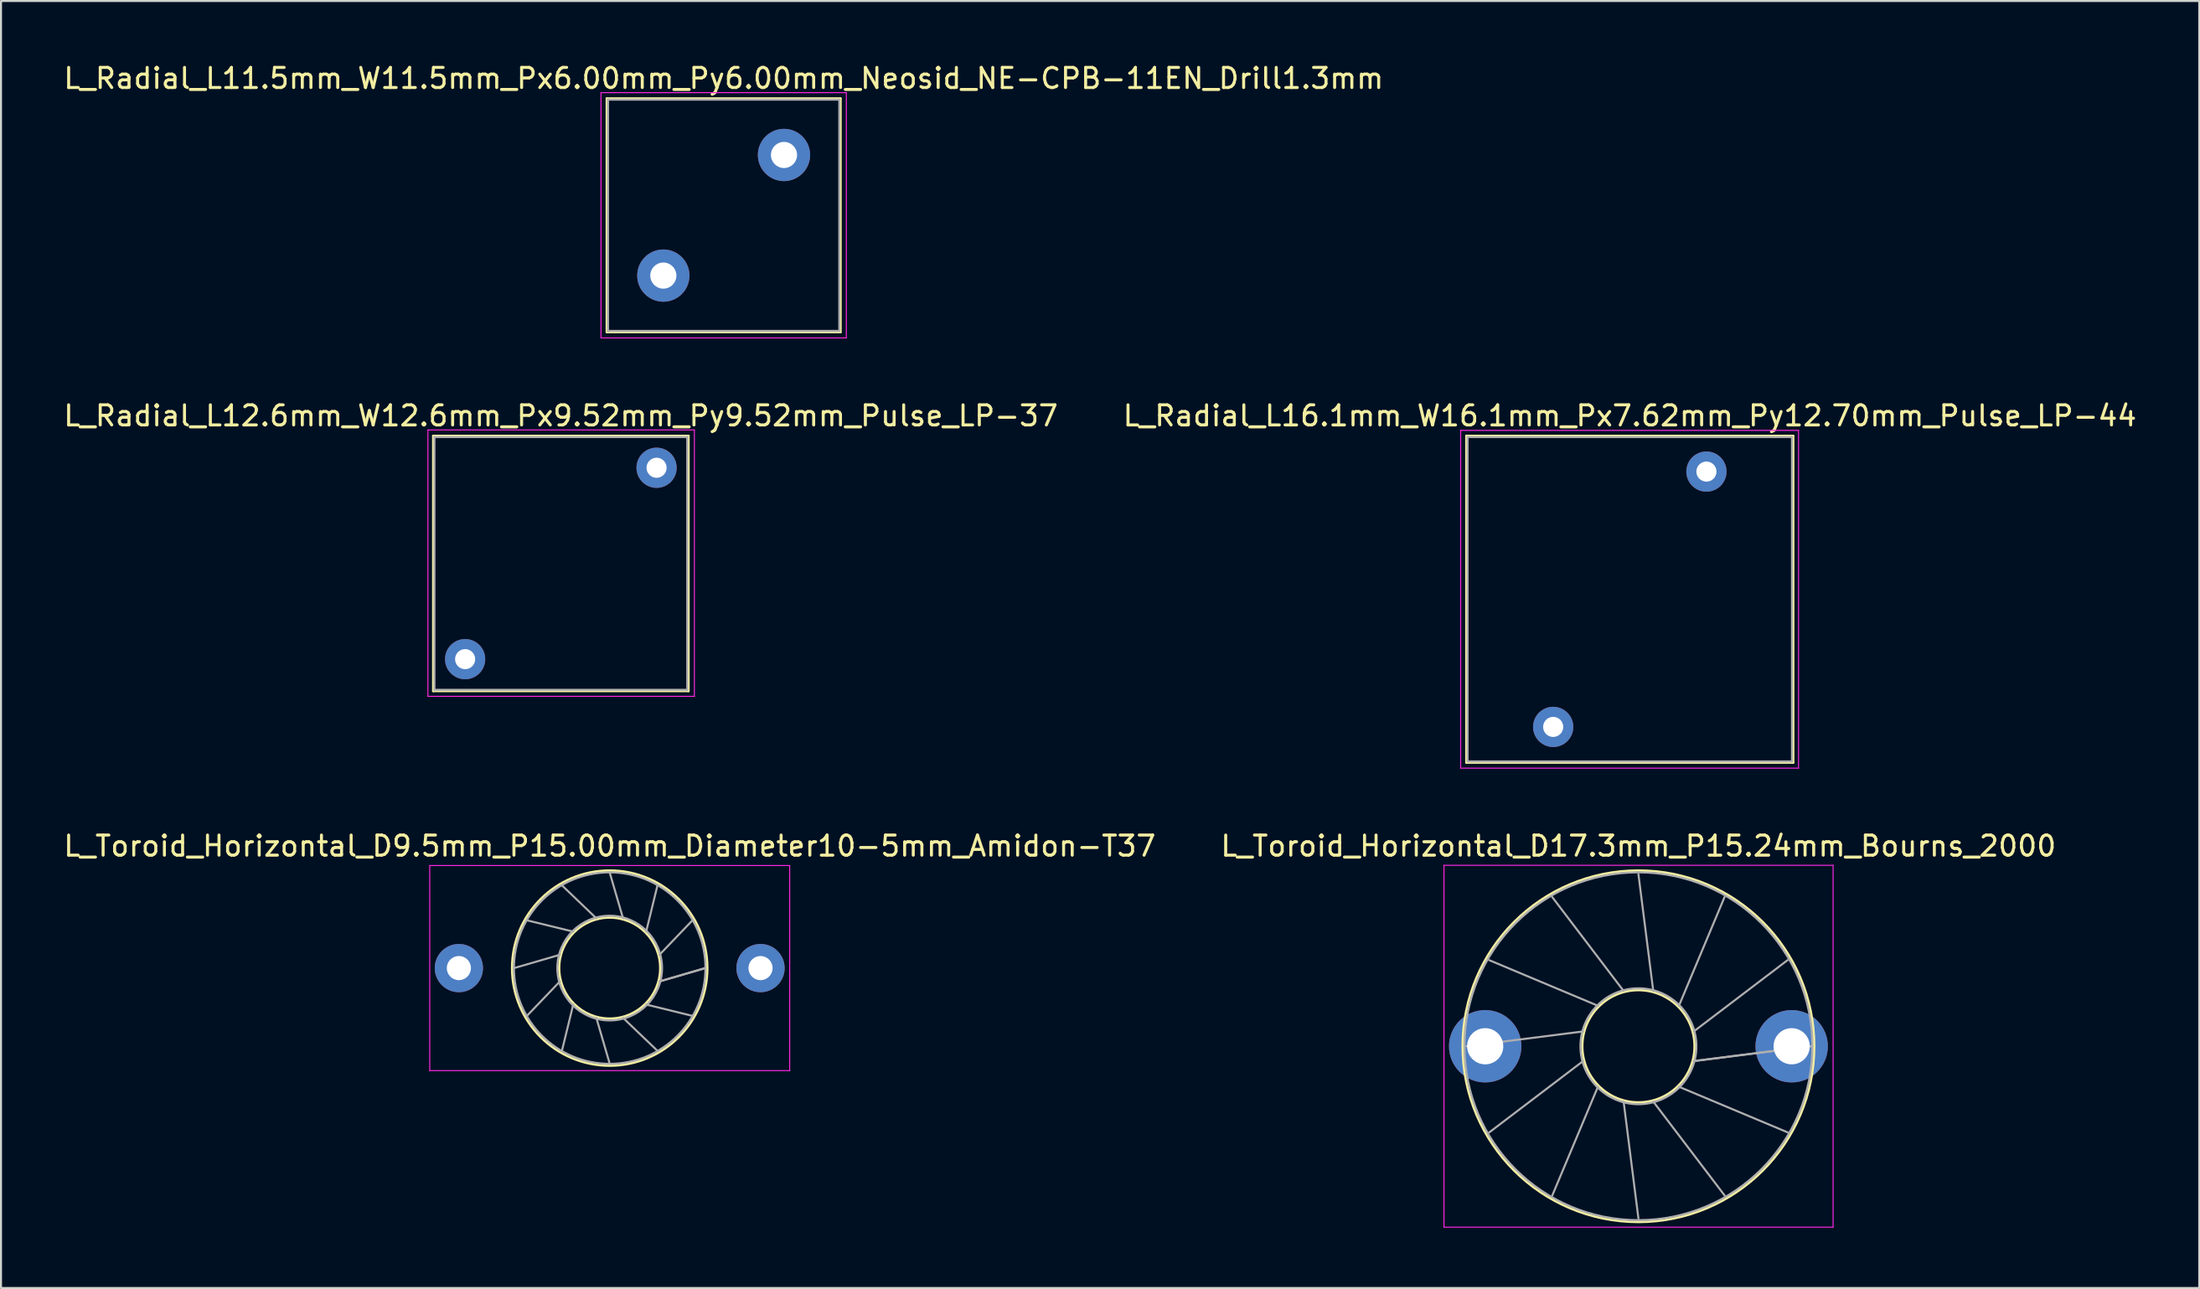
<source format=kicad_pcb>
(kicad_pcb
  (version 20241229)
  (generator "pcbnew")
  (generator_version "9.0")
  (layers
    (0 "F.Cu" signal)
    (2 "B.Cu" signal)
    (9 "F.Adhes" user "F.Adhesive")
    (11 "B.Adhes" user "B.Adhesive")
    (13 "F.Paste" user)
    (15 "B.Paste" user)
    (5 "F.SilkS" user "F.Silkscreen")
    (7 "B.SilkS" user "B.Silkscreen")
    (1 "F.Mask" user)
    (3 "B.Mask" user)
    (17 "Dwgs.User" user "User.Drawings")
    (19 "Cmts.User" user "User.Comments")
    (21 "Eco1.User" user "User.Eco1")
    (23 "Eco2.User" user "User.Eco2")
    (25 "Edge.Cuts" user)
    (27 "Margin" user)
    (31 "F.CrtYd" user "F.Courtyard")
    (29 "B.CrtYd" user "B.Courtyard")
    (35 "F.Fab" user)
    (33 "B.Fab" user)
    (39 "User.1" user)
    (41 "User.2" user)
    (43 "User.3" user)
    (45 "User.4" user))
  (footprint "L_Toroid_Horizontal_D9.5mm_P15.00mm_Diameter10-5mm_Amidon-T37"
    (layer "F.Cu")
    (at 19.768 45.102)
    (property "Reference" "L_Toroid_Horizontal_D9.5mm_P15.00mm_Diameter10-5mm_Amidon-T37" (at 7.5 -6.072 0) (layer "F.SilkS") (effects (font (size 1 1) (thickness 0.15))))
    (attr through_hole)
    (fp_circle (center 7.5 0) (end 10.014 0) (stroke (width 0.12) (type solid)) (fill no) (layer "F.SilkS"))
    (fp_circle (center 7.5 0) (end 12.352 0) (stroke (width 0.12) (type solid)) (fill no) (layer "F.SilkS"))
    (fp_line (start -1.45 -5.1) (end -1.45 5.1) (stroke (width 0.05) (type solid)) (layer "F.CrtYd"))
    (fp_line (start -1.45 5.1) (end 16.45 5.1) (stroke (width 0.05) (type solid)) (layer "F.CrtYd"))
    (fp_line (start 16.45 -5.1) (end -1.45 -5.1) (stroke (width 0.05) (type solid)) (layer "F.CrtYd"))
    (fp_line (start 16.45 5.1) (end 16.45 -5.1) (stroke (width 0.05) (type solid)) (layer "F.CrtYd"))
    (fp_line (start 2.745 0.000441) (end 5.024 -0.663) (stroke (width 0.1) (type solid)) (layer "F.Fab"))
    (fp_line (start 3.381 -2.377) (end 5.687 -1.813) (stroke (width 0.1) (type solid)) (layer "F.Fab"))
    (fp_line (start 3.382 2.378) (end 5.024 0.664) (stroke (width 0.1) (type solid)) (layer "F.Fab"))
    (fp_line (start 5.122 -4.118) (end 6.836 -2.476) (stroke (width 0.1) (type solid)) (layer "F.Fab"))
    (fp_line (start 5.123 4.118) (end 5.687 1.813) (stroke (width 0.1) (type solid)) (layer "F.Fab"))
    (fp_line (start 7.499 -4.755) (end 8.163 -2.477) (stroke (width 0.1) (type solid)) (layer "F.Fab"))
    (fp_line (start 7.5 4.755) (end 6.837 2.476) (stroke (width 0.1) (type solid)) (layer "F.Fab"))
    (fp_line (start 9.877 -4.119) (end 9.313 -1.813) (stroke (width 0.1) (type solid)) (layer "F.Fab"))
    (fp_line (start 9.878 4.118) (end 8.164 2.476) (stroke (width 0.1) (type solid)) (layer "F.Fab"))
    (fp_line (start 11.618 -2.378) (end 9.976 -0.664) (stroke (width 0.1) (type solid)) (layer "F.Fab"))
    (fp_line (start 11.618 2.378) (end 9.313 1.813) (stroke (width 0.1) (type solid)) (layer "F.Fab"))
    (fp_line (start 12.255 -0.001) (end 9.977 0.663) (stroke (width 0.1) (type solid)) (layer "F.Fab"))
    (fp_line (start 12.255 0) (end 9.976 0.664) (stroke (width 0.1) (type solid)) (layer "F.Fab"))
    (fp_circle (center 7.5 0) (end 10.104 0) (stroke (width 0.1) (type solid)) (fill no) (layer "F.Fab"))
    (fp_circle (center 7.5 0) (end 12.262 0) (stroke (width 0.1) (type solid)) (fill no) (layer "F.Fab"))
    (pad "1" thru_hole circle (at 0 0) (size 2.4 2.4) (drill 1.2) (layers "*.Cu" "*.Mask"))
    (pad "2" thru_hole circle (at 15 0) (size 2.4 2.4) (drill 1.2) (layers "*.Cu" "*.Mask")))
  (footprint "L_Radial_L16.1mm_W16.1mm_Px7.62mm_Py12.70mm_Pulse_LP-44"
    (layer "F.Cu")
    (at 74.184 33.106)
    (property "Reference" "L_Radial_L16.1mm_W16.1mm_Px7.62mm_Py12.70mm_Pulse_LP-44" (at 3.81 -15.475 0) (layer "F.SilkS") (effects (font (size 1 1) (thickness 0.15))))
    (attr through_hole)
    (fp_line (start -4.315 -14.475) (end -4.315 1.775) (stroke (width 0.12) (type solid)) (layer "F.SilkS"))
    (fp_line (start -4.315 -14.475) (end 11.935 -14.475) (stroke (width 0.12) (type solid)) (layer "F.SilkS"))
    (fp_line (start -4.315 1.775) (end 11.935 1.775) (stroke (width 0.12) (type solid)) (layer "F.SilkS"))
    (fp_line (start 11.935 -14.475) (end 11.935 1.775) (stroke (width 0.12) (type solid)) (layer "F.SilkS"))
    (fp_line (start -4.6 -14.75) (end -4.6 2.05) (stroke (width 0.05) (type solid)) (layer "F.CrtYd"))
    (fp_line (start -4.6 2.05) (end 12.2 2.05) (stroke (width 0.05) (type solid)) (layer "F.CrtYd"))
    (fp_line (start 12.2 -14.75) (end -4.6 -14.75) (stroke (width 0.05) (type solid)) (layer "F.CrtYd"))
    (fp_line (start 12.2 2.05) (end 12.2 -14.75) (stroke (width 0.05) (type solid)) (layer "F.CrtYd"))
    (fp_line (start -4.255 -14.415) (end -4.255 1.715) (stroke (width 0.1) (type solid)) (layer "F.Fab"))
    (fp_line (start -4.255 1.715) (end 11.875 1.715) (stroke (width 0.1) (type solid)) (layer "F.Fab"))
    (fp_line (start 11.875 -14.415) (end -4.255 -14.415) (stroke (width 0.1) (type solid)) (layer "F.Fab"))
    (fp_line (start 11.875 1.715) (end 11.875 -14.415) (stroke (width 0.1) (type solid)) (layer "F.Fab"))
    (pad "1" thru_hole circle (at 0 0) (size 2 2) (drill 1) (layers "*.Cu" "*.Mask"))
    (pad "2" thru_hole circle (at 7.62 -12.7) (size 2 2) (drill 1) (layers "*.Cu" "*.Mask")))
  (footprint "L_Radial_L12.6mm_W12.6mm_Px9.52mm_Py9.52mm_Pulse_LP-37"
    (layer "F.Cu")
    (at 20.079 29.736)
    (property "Reference" "L_Radial_L12.6mm_W12.6mm_Px9.52mm_Py9.52mm_Pulse_LP-37" (at 4.76 -12.105 0) (layer "F.SilkS") (effects (font (size 1 1) (thickness 0.15))))
    (attr through_hole)
    (fp_line (start -1.585 -11.105) (end -1.585 1.585) (stroke (width 0.12) (type solid)) (layer "F.SilkS"))
    (fp_line (start -1.585 -11.105) (end 11.105 -11.105) (stroke (width 0.12) (type solid)) (layer "F.SilkS"))
    (fp_line (start -1.585 1.585) (end 11.105 1.585) (stroke (width 0.12) (type solid)) (layer "F.SilkS"))
    (fp_line (start 11.105 -11.105) (end 11.105 1.585) (stroke (width 0.12) (type solid)) (layer "F.SilkS"))
    (fp_line (start -1.85 -11.4) (end -1.85 1.85) (stroke (width 0.05) (type solid)) (layer "F.CrtYd"))
    (fp_line (start -1.85 1.85) (end 11.4 1.85) (stroke (width 0.05) (type solid)) (layer "F.CrtYd"))
    (fp_line (start 11.4 -11.4) (end -1.85 -11.4) (stroke (width 0.05) (type solid)) (layer "F.CrtYd"))
    (fp_line (start 11.4 1.85) (end 11.4 -11.4) (stroke (width 0.05) (type solid)) (layer "F.CrtYd"))
    (fp_line (start -1.525 -11.045) (end -1.525 1.525) (stroke (width 0.1) (type solid)) (layer "F.Fab"))
    (fp_line (start -1.525 1.525) (end 11.045 1.525) (stroke (width 0.1) (type solid)) (layer "F.Fab"))
    (fp_line (start 11.045 -11.045) (end -1.525 -11.045) (stroke (width 0.1) (type solid)) (layer "F.Fab"))
    (fp_line (start 11.045 1.525) (end 11.045 -11.045) (stroke (width 0.1) (type solid)) (layer "F.Fab"))
    (pad "1" thru_hole circle (at 0 0) (size 2 2) (drill 1) (layers "*.Cu" "*.Mask"))
    (pad "2" thru_hole circle (at 9.52 -9.52) (size 2 2) (drill 1) (layers "*.Cu" "*.Mask")))
  (footprint "L_Toroid_Horizontal_D17.3mm_P15.24mm_Bourns_2000"
    (layer "F.Cu")
    (at 70.803 48.99)
    (property "Reference" "L_Toroid_Horizontal_D17.3mm_P15.24mm_Bourns_2000" (at 7.62 -9.96 0) (layer "F.SilkS") (effects (font (size 1 1) (thickness 0.15))))
    (attr through_hole)
    (fp_circle (center 7.62 0) (end 10.413 0) (stroke (width 0.12) (type solid)) (fill no) (layer "F.SilkS"))
    (fp_circle (center 7.62 0) (end 16.36 0) (stroke (width 0.12) (type solid)) (fill no) (layer "F.SilkS"))
    (fp_line (start -2.05 -9) (end -2.05 9) (stroke (width 0.05) (type solid)) (layer "F.CrtYd"))
    (fp_line (start -2.05 9) (end 17.3 9) (stroke (width 0.05) (type solid)) (layer "F.CrtYd"))
    (fp_line (start 17.3 -9) (end -2.05 -9) (stroke (width 0.05) (type solid)) (layer "F.CrtYd"))
    (fp_line (start 17.3 9) (end 17.3 -9) (stroke (width 0.05) (type solid)) (layer "F.CrtYd"))
    (fp_line (start -0.945 0.001) (end 4.868 -0.737) (stroke (width 0.1) (type solid)) (layer "F.Fab"))
    (fp_line (start 0.202 -4.282) (end 5.605 -2.014) (stroke (width 0.1) (type solid)) (layer "F.Fab"))
    (fp_line (start 0.203 4.283) (end 4.868 0.738) (stroke (width 0.1) (type solid)) (layer "F.Fab"))
    (fp_line (start 3.336 -7.417) (end 6.882 -2.752) (stroke (width 0.1) (type solid)) (layer "F.Fab"))
    (fp_line (start 3.338 7.418) (end 5.605 2.015) (stroke (width 0.1) (type solid)) (layer "F.Fab"))
    (fp_line (start 7.619 -8.565) (end 8.357 -2.752) (stroke (width 0.1) (type solid)) (layer "F.Fab"))
    (fp_line (start 7.62 8.565) (end 6.883 2.752) (stroke (width 0.1) (type solid)) (layer "F.Fab"))
    (fp_line (start 11.901 -7.418) (end 9.634 -2.015) (stroke (width 0.1) (type solid)) (layer "F.Fab"))
    (fp_line (start 11.903 7.418) (end 8.358 2.752) (stroke (width 0.1) (type solid)) (layer "F.Fab"))
    (fp_line (start 15.037 -4.284) (end 10.372 -0.738) (stroke (width 0.1) (type solid)) (layer "F.Fab"))
    (fp_line (start 15.038 4.282) (end 9.635 2.015) (stroke (width 0.1) (type solid)) (layer "F.Fab"))
    (fp_line (start 16.185 -0.002) (end 10.372 0.737) (stroke (width 0.1) (type solid)) (layer "F.Fab"))
    (fp_line (start 16.185 0) (end 10.372 0.737) (stroke (width 0.1) (type solid)) (layer "F.Fab"))
    (fp_circle (center 7.62 0) (end 10.503 0) (stroke (width 0.1) (type solid)) (fill no) (layer "F.Fab"))
    (fp_circle (center 7.62 0) (end 16.27 0) (stroke (width 0.1) (type solid)) (fill no) (layer "F.Fab"))
    (pad "1" thru_hole circle (at 0 0) (size 3.6 3.6) (drill 1.8) (layers "*.Cu" "*.Mask"))
    (pad "2" thru_hole circle (at 15.24 0) (size 3.6 3.6) (drill 1.8) (layers "*.Cu" "*.Mask")))
  (footprint "L_Radial_L11.5mm_W11.5mm_Px6.00mm_Py6.00mm_Neosid_NE-CPB-11EN_Drill1.3mm"
    (layer "F.Cu")
    (at 29.935 10.658)
    (property "Reference" "L_Radial_L11.5mm_W11.5mm_Px6.00mm_Py6.00mm_Neosid_NE-CPB-11EN_Drill1.3mm" (at 3 -9.81 0) (layer "F.SilkS") (effects (font (size 1 1) (thickness 0.15))))
    (attr through_hole)
    (fp_line (start -2.81 -8.81) (end -2.81 2.81) (stroke (width 0.12) (type solid)) (layer "F.SilkS"))
    (fp_line (start -2.81 -8.81) (end 8.81 -8.81) (stroke (width 0.12) (type solid)) (layer "F.SilkS"))
    (fp_line (start -2.81 2.81) (end 8.81 2.81) (stroke (width 0.12) (type solid)) (layer "F.SilkS"))
    (fp_line (start 8.81 -8.81) (end 8.81 2.81) (stroke (width 0.12) (type solid)) (layer "F.SilkS"))
    (fp_line (start -3.1 -9.1) (end -3.1 3.1) (stroke (width 0.05) (type solid)) (layer "F.CrtYd"))
    (fp_line (start -3.1 3.1) (end 9.1 3.1) (stroke (width 0.05) (type solid)) (layer "F.CrtYd"))
    (fp_line (start 9.1 -9.1) (end -3.1 -9.1) (stroke (width 0.05) (type solid)) (layer "F.CrtYd"))
    (fp_line (start 9.1 3.1) (end 9.1 -9.1) (stroke (width 0.05) (type solid)) (layer "F.CrtYd"))
    (fp_line (start -2.75 -8.75) (end -2.75 2.75) (stroke (width 0.1) (type solid)) (layer "F.Fab"))
    (fp_line (start -2.75 2.75) (end 8.75 2.75) (stroke (width 0.1) (type solid)) (layer "F.Fab"))
    (fp_line (start 8.75 -8.75) (end -2.75 -8.75) (stroke (width 0.1) (type solid)) (layer "F.Fab"))
    (fp_line (start 8.75 2.75) (end 8.75 -8.75) (stroke (width 0.1) (type solid)) (layer "F.Fab"))
    (pad "1" thru_hole circle (at 0 0) (size 2.6 2.6) (drill 1.3) (layers "*.Cu" "*.Mask"))
    (pad "2" thru_hole circle (at 6 -6) (size 2.6 2.6) (drill 1.3) (layers "*.Cu" "*.Mask")))
  (gr_rect
    (start -3 -3)
    (end 106.31 61.015)
    (stroke (width 0.1) (type default))
    (fill no)
    (layer "Edge.Cuts")))
</source>
